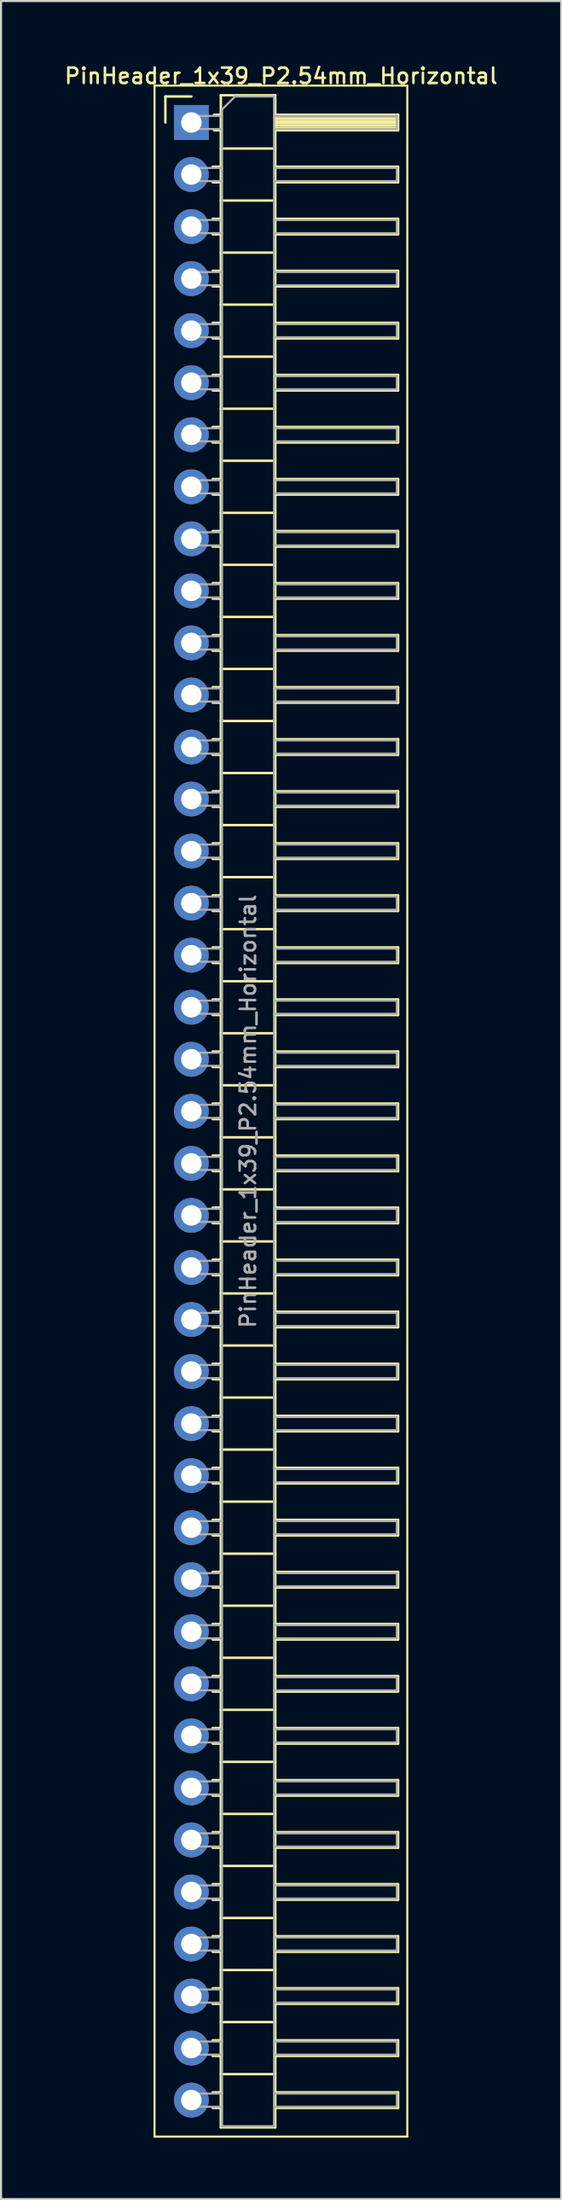
<source format=kicad_pcb>
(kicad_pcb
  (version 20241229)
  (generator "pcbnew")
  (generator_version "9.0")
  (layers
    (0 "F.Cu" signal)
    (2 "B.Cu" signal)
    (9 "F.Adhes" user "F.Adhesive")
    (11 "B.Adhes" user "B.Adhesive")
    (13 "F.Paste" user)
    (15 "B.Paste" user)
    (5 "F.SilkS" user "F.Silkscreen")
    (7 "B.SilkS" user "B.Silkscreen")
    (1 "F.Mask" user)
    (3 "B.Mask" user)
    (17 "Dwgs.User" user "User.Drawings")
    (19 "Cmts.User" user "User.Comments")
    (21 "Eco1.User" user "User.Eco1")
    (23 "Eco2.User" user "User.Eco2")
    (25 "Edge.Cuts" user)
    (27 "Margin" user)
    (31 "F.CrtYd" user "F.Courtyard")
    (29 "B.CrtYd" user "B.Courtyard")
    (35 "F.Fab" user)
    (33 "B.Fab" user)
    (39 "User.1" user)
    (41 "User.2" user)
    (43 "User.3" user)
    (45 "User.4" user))
  (footprint "PinHeader_1x39_P2.54mm_Horizontal"
    (layer "F.Cu")
    (at 6.299 2.928)
    (property "Reference" "PinHeader_1x39_P2.54mm_Horizontal" (at 4.385 -2.27 0) (layer "F.SilkS") (effects (font (size 0.75 0.75) (thickness 0.125))))
    (attr through_hole)
    (fp_line (start -1.8 -1.8) (end -1.8 98.3) (stroke (width 0.1) (type solid)) (layer "F.SilkS"))
    (fp_line (start -1.8 98.3) (end 10.55 98.3) (stroke (width 0.1) (type solid)) (layer "F.SilkS"))
    (fp_line (start -1.27 -1.27) (end 0 -1.27) (stroke (width 0.12) (type solid)) (layer "F.SilkS"))
    (fp_line (start -1.27 0) (end -1.27 -1.27) (stroke (width 0.12) (type solid)) (layer "F.SilkS"))
    (fp_line (start 1.043 2.16) (end 1.44 2.16) (stroke (width 0.12) (type solid)) (layer "F.SilkS"))
    (fp_line (start 1.043 2.92) (end 1.44 2.92) (stroke (width 0.12) (type solid)) (layer "F.SilkS"))
    (fp_line (start 1.043 4.7) (end 1.44 4.7) (stroke (width 0.12) (type solid)) (layer "F.SilkS"))
    (fp_line (start 1.043 5.46) (end 1.44 5.46) (stroke (width 0.12) (type solid)) (layer "F.SilkS"))
    (fp_line (start 1.043 7.24) (end 1.44 7.24) (stroke (width 0.12) (type solid)) (layer "F.SilkS"))
    (fp_line (start 1.043 8) (end 1.44 8) (stroke (width 0.12) (type solid)) (layer "F.SilkS"))
    (fp_line (start 1.043 9.78) (end 1.44 9.78) (stroke (width 0.12) (type solid)) (layer "F.SilkS"))
    (fp_line (start 1.043 10.54) (end 1.44 10.54) (stroke (width 0.12) (type solid)) (layer "F.SilkS"))
    (fp_line (start 1.043 12.32) (end 1.44 12.32) (stroke (width 0.12) (type solid)) (layer "F.SilkS"))
    (fp_line (start 1.043 13.08) (end 1.44 13.08) (stroke (width 0.12) (type solid)) (layer "F.SilkS"))
    (fp_line (start 1.043 14.86) (end 1.44 14.86) (stroke (width 0.12) (type solid)) (layer "F.SilkS"))
    (fp_line (start 1.043 15.62) (end 1.44 15.62) (stroke (width 0.12) (type solid)) (layer "F.SilkS"))
    (fp_line (start 1.043 17.4) (end 1.44 17.4) (stroke (width 0.12) (type solid)) (layer "F.SilkS"))
    (fp_line (start 1.043 18.16) (end 1.44 18.16) (stroke (width 0.12) (type solid)) (layer "F.SilkS"))
    (fp_line (start 1.043 19.94) (end 1.44 19.94) (stroke (width 0.12) (type solid)) (layer "F.SilkS"))
    (fp_line (start 1.043 20.7) (end 1.44 20.7) (stroke (width 0.12) (type solid)) (layer "F.SilkS"))
    (fp_line (start 1.043 22.48) (end 1.44 22.48) (stroke (width 0.12) (type solid)) (layer "F.SilkS"))
    (fp_line (start 1.043 23.24) (end 1.44 23.24) (stroke (width 0.12) (type solid)) (layer "F.SilkS"))
    (fp_line (start 1.043 25.02) (end 1.44 25.02) (stroke (width 0.12) (type solid)) (layer "F.SilkS"))
    (fp_line (start 1.043 25.78) (end 1.44 25.78) (stroke (width 0.12) (type solid)) (layer "F.SilkS"))
    (fp_line (start 1.043 27.56) (end 1.44 27.56) (stroke (width 0.12) (type solid)) (layer "F.SilkS"))
    (fp_line (start 1.043 28.32) (end 1.44 28.32) (stroke (width 0.12) (type solid)) (layer "F.SilkS"))
    (fp_line (start 1.043 30.1) (end 1.44 30.1) (stroke (width 0.12) (type solid)) (layer "F.SilkS"))
    (fp_line (start 1.043 30.86) (end 1.44 30.86) (stroke (width 0.12) (type solid)) (layer "F.SilkS"))
    (fp_line (start 1.043 32.64) (end 1.44 32.64) (stroke (width 0.12) (type solid)) (layer "F.SilkS"))
    (fp_line (start 1.043 33.4) (end 1.44 33.4) (stroke (width 0.12) (type solid)) (layer "F.SilkS"))
    (fp_line (start 1.043 35.18) (end 1.44 35.18) (stroke (width 0.12) (type solid)) (layer "F.SilkS"))
    (fp_line (start 1.043 35.94) (end 1.44 35.94) (stroke (width 0.12) (type solid)) (layer "F.SilkS"))
    (fp_line (start 1.043 37.72) (end 1.44 37.72) (stroke (width 0.12) (type solid)) (layer "F.SilkS"))
    (fp_line (start 1.043 38.48) (end 1.44 38.48) (stroke (width 0.12) (type solid)) (layer "F.SilkS"))
    (fp_line (start 1.043 40.26) (end 1.44 40.26) (stroke (width 0.12) (type solid)) (layer "F.SilkS"))
    (fp_line (start 1.043 41.02) (end 1.44 41.02) (stroke (width 0.12) (type solid)) (layer "F.SilkS"))
    (fp_line (start 1.043 42.8) (end 1.44 42.8) (stroke (width 0.12) (type solid)) (layer "F.SilkS"))
    (fp_line (start 1.043 43.56) (end 1.44 43.56) (stroke (width 0.12) (type solid)) (layer "F.SilkS"))
    (fp_line (start 1.043 45.34) (end 1.44 45.34) (stroke (width 0.12) (type solid)) (layer "F.SilkS"))
    (fp_line (start 1.043 46.1) (end 1.44 46.1) (stroke (width 0.12) (type solid)) (layer "F.SilkS"))
    (fp_line (start 1.043 47.88) (end 1.44 47.88) (stroke (width 0.12) (type solid)) (layer "F.SilkS"))
    (fp_line (start 1.043 48.64) (end 1.44 48.64) (stroke (width 0.12) (type solid)) (layer "F.SilkS"))
    (fp_line (start 1.043 50.42) (end 1.44 50.42) (stroke (width 0.12) (type solid)) (layer "F.SilkS"))
    (fp_line (start 1.043 51.18) (end 1.44 51.18) (stroke (width 0.12) (type solid)) (layer "F.SilkS"))
    (fp_line (start 1.043 52.96) (end 1.44 52.96) (stroke (width 0.12) (type solid)) (layer "F.SilkS"))
    (fp_line (start 1.043 53.72) (end 1.44 53.72) (stroke (width 0.12) (type solid)) (layer "F.SilkS"))
    (fp_line (start 1.043 55.5) (end 1.44 55.5) (stroke (width 0.12) (type solid)) (layer "F.SilkS"))
    (fp_line (start 1.043 56.26) (end 1.44 56.26) (stroke (width 0.12) (type solid)) (layer "F.SilkS"))
    (fp_line (start 1.043 58.04) (end 1.44 58.04) (stroke (width 0.12) (type solid)) (layer "F.SilkS"))
    (fp_line (start 1.043 58.8) (end 1.44 58.8) (stroke (width 0.12) (type solid)) (layer "F.SilkS"))
    (fp_line (start 1.043 60.58) (end 1.44 60.58) (stroke (width 0.12) (type solid)) (layer "F.SilkS"))
    (fp_line (start 1.043 61.34) (end 1.44 61.34) (stroke (width 0.12) (type solid)) (layer "F.SilkS"))
    (fp_line (start 1.043 63.12) (end 1.44 63.12) (stroke (width 0.12) (type solid)) (layer "F.SilkS"))
    (fp_line (start 1.043 63.88) (end 1.44 63.88) (stroke (width 0.12) (type solid)) (layer "F.SilkS"))
    (fp_line (start 1.043 65.66) (end 1.44 65.66) (stroke (width 0.12) (type solid)) (layer "F.SilkS"))
    (fp_line (start 1.043 66.42) (end 1.44 66.42) (stroke (width 0.12) (type solid)) (layer "F.SilkS"))
    (fp_line (start 1.043 68.2) (end 1.44 68.2) (stroke (width 0.12) (type solid)) (layer "F.SilkS"))
    (fp_line (start 1.043 68.96) (end 1.44 68.96) (stroke (width 0.12) (type solid)) (layer "F.SilkS"))
    (fp_line (start 1.043 70.74) (end 1.44 70.74) (stroke (width 0.12) (type solid)) (layer "F.SilkS"))
    (fp_line (start 1.043 71.5) (end 1.44 71.5) (stroke (width 0.12) (type solid)) (layer "F.SilkS"))
    (fp_line (start 1.043 73.28) (end 1.44 73.28) (stroke (width 0.12) (type solid)) (layer "F.SilkS"))
    (fp_line (start 1.043 74.04) (end 1.44 74.04) (stroke (width 0.12) (type solid)) (layer "F.SilkS"))
    (fp_line (start 1.043 75.82) (end 1.44 75.82) (stroke (width 0.12) (type solid)) (layer "F.SilkS"))
    (fp_line (start 1.043 76.58) (end 1.44 76.58) (stroke (width 0.12) (type solid)) (layer "F.SilkS"))
    (fp_line (start 1.043 78.36) (end 1.44 78.36) (stroke (width 0.12) (type solid)) (layer "F.SilkS"))
    (fp_line (start 1.043 79.12) (end 1.44 79.12) (stroke (width 0.12) (type solid)) (layer "F.SilkS"))
    (fp_line (start 1.043 80.9) (end 1.44 80.9) (stroke (width 0.12) (type solid)) (layer "F.SilkS"))
    (fp_line (start 1.043 81.66) (end 1.44 81.66) (stroke (width 0.12) (type solid)) (layer "F.SilkS"))
    (fp_line (start 1.043 83.44) (end 1.44 83.44) (stroke (width 0.12) (type solid)) (layer "F.SilkS"))
    (fp_line (start 1.043 84.2) (end 1.44 84.2) (stroke (width 0.12) (type solid)) (layer "F.SilkS"))
    (fp_line (start 1.043 85.98) (end 1.44 85.98) (stroke (width 0.12) (type solid)) (layer "F.SilkS"))
    (fp_line (start 1.043 86.74) (end 1.44 86.74) (stroke (width 0.12) (type solid)) (layer "F.SilkS"))
    (fp_line (start 1.043 88.52) (end 1.44 88.52) (stroke (width 0.12) (type solid)) (layer "F.SilkS"))
    (fp_line (start 1.043 89.28) (end 1.44 89.28) (stroke (width 0.12) (type solid)) (layer "F.SilkS"))
    (fp_line (start 1.043 91.06) (end 1.44 91.06) (stroke (width 0.12) (type solid)) (layer "F.SilkS"))
    (fp_line (start 1.043 91.82) (end 1.44 91.82) (stroke (width 0.12) (type solid)) (layer "F.SilkS"))
    (fp_line (start 1.043 93.6) (end 1.44 93.6) (stroke (width 0.12) (type solid)) (layer "F.SilkS"))
    (fp_line (start 1.043 94.36) (end 1.44 94.36) (stroke (width 0.12) (type solid)) (layer "F.SilkS"))
    (fp_line (start 1.043 96.14) (end 1.44 96.14) (stroke (width 0.12) (type solid)) (layer "F.SilkS"))
    (fp_line (start 1.043 96.9) (end 1.44 96.9) (stroke (width 0.12) (type solid)) (layer "F.SilkS"))
    (fp_line (start 1.11 -0.38) (end 1.44 -0.38) (stroke (width 0.12) (type solid)) (layer "F.SilkS"))
    (fp_line (start 1.11 0.38) (end 1.44 0.38) (stroke (width 0.12) (type solid)) (layer "F.SilkS"))
    (fp_line (start 1.44 -1.33) (end 1.44 97.85) (stroke (width 0.12) (type solid)) (layer "F.SilkS"))
    (fp_line (start 1.44 1.27) (end 4.1 1.27) (stroke (width 0.12) (type solid)) (layer "F.SilkS"))
    (fp_line (start 1.44 3.81) (end 4.1 3.81) (stroke (width 0.12) (type solid)) (layer "F.SilkS"))
    (fp_line (start 1.44 6.35) (end 4.1 6.35) (stroke (width 0.12) (type solid)) (layer "F.SilkS"))
    (fp_line (start 1.44 8.89) (end 4.1 8.89) (stroke (width 0.12) (type solid)) (layer "F.SilkS"))
    (fp_line (start 1.44 11.43) (end 4.1 11.43) (stroke (width 0.12) (type solid)) (layer "F.SilkS"))
    (fp_line (start 1.44 13.97) (end 4.1 13.97) (stroke (width 0.12) (type solid)) (layer "F.SilkS"))
    (fp_line (start 1.44 16.51) (end 4.1 16.51) (stroke (width 0.12) (type solid)) (layer "F.SilkS"))
    (fp_line (start 1.44 19.05) (end 4.1 19.05) (stroke (width 0.12) (type solid)) (layer "F.SilkS"))
    (fp_line (start 1.44 21.59) (end 4.1 21.59) (stroke (width 0.12) (type solid)) (layer "F.SilkS"))
    (fp_line (start 1.44 24.13) (end 4.1 24.13) (stroke (width 0.12) (type solid)) (layer "F.SilkS"))
    (fp_line (start 1.44 26.67) (end 4.1 26.67) (stroke (width 0.12) (type solid)) (layer "F.SilkS"))
    (fp_line (start 1.44 29.21) (end 4.1 29.21) (stroke (width 0.12) (type solid)) (layer "F.SilkS"))
    (fp_line (start 1.44 31.75) (end 4.1 31.75) (stroke (width 0.12) (type solid)) (layer "F.SilkS"))
    (fp_line (start 1.44 34.29) (end 4.1 34.29) (stroke (width 0.12) (type solid)) (layer "F.SilkS"))
    (fp_line (start 1.44 36.83) (end 4.1 36.83) (stroke (width 0.12) (type solid)) (layer "F.SilkS"))
    (fp_line (start 1.44 39.37) (end 4.1 39.37) (stroke (width 0.12) (type solid)) (layer "F.SilkS"))
    (fp_line (start 1.44 41.91) (end 4.1 41.91) (stroke (width 0.12) (type solid)) (layer "F.SilkS"))
    (fp_line (start 1.44 44.45) (end 4.1 44.45) (stroke (width 0.12) (type solid)) (layer "F.SilkS"))
    (fp_line (start 1.44 46.99) (end 4.1 46.99) (stroke (width 0.12) (type solid)) (layer "F.SilkS"))
    (fp_line (start 1.44 49.53) (end 4.1 49.53) (stroke (width 0.12) (type solid)) (layer "F.SilkS"))
    (fp_line (start 1.44 52.07) (end 4.1 52.07) (stroke (width 0.12) (type solid)) (layer "F.SilkS"))
    (fp_line (start 1.44 54.61) (end 4.1 54.61) (stroke (width 0.12) (type solid)) (layer "F.SilkS"))
    (fp_line (start 1.44 57.15) (end 4.1 57.15) (stroke (width 0.12) (type solid)) (layer "F.SilkS"))
    (fp_line (start 1.44 59.69) (end 4.1 59.69) (stroke (width 0.12) (type solid)) (layer "F.SilkS"))
    (fp_line (start 1.44 62.23) (end 4.1 62.23) (stroke (width 0.12) (type solid)) (layer "F.SilkS"))
    (fp_line (start 1.44 64.77) (end 4.1 64.77) (stroke (width 0.12) (type solid)) (layer "F.SilkS"))
    (fp_line (start 1.44 67.31) (end 4.1 67.31) (stroke (width 0.12) (type solid)) (layer "F.SilkS"))
    (fp_line (start 1.44 69.85) (end 4.1 69.85) (stroke (width 0.12) (type solid)) (layer "F.SilkS"))
    (fp_line (start 1.44 72.39) (end 4.1 72.39) (stroke (width 0.12) (type solid)) (layer "F.SilkS"))
    (fp_line (start 1.44 74.93) (end 4.1 74.93) (stroke (width 0.12) (type solid)) (layer "F.SilkS"))
    (fp_line (start 1.44 77.47) (end 4.1 77.47) (stroke (width 0.12) (type solid)) (layer "F.SilkS"))
    (fp_line (start 1.44 80.01) (end 4.1 80.01) (stroke (width 0.12) (type solid)) (layer "F.SilkS"))
    (fp_line (start 1.44 82.55) (end 4.1 82.55) (stroke (width 0.12) (type solid)) (layer "F.SilkS"))
    (fp_line (start 1.44 85.09) (end 4.1 85.09) (stroke (width 0.12) (type solid)) (layer "F.SilkS"))
    (fp_line (start 1.44 87.63) (end 4.1 87.63) (stroke (width 0.12) (type solid)) (layer "F.SilkS"))
    (fp_line (start 1.44 90.17) (end 4.1 90.17) (stroke (width 0.12) (type solid)) (layer "F.SilkS"))
    (fp_line (start 1.44 92.71) (end 4.1 92.71) (stroke (width 0.12) (type solid)) (layer "F.SilkS"))
    (fp_line (start 1.44 95.25) (end 4.1 95.25) (stroke (width 0.12) (type solid)) (layer "F.SilkS"))
    (fp_line (start 1.44 97.85) (end 4.1 97.85) (stroke (width 0.12) (type solid)) (layer "F.SilkS"))
    (fp_line (start 4.1 -1.33) (end 1.44 -1.33) (stroke (width 0.12) (type solid)) (layer "F.SilkS"))
    (fp_line (start 4.1 -0.38) (end 10.1 -0.38) (stroke (width 0.12) (type solid)) (layer "F.SilkS"))
    (fp_line (start 4.1 -0.32) (end 10.1 -0.32) (stroke (width 0.12) (type solid)) (layer "F.SilkS"))
    (fp_line (start 4.1 -0.2) (end 10.1 -0.2) (stroke (width 0.12) (type solid)) (layer "F.SilkS"))
    (fp_line (start 4.1 -0.08) (end 10.1 -0.08) (stroke (width 0.12) (type solid)) (layer "F.SilkS"))
    (fp_line (start 4.1 0.04) (end 10.1 0.04) (stroke (width 0.12) (type solid)) (layer "F.SilkS"))
    (fp_line (start 4.1 0.16) (end 10.1 0.16) (stroke (width 0.12) (type solid)) (layer "F.SilkS"))
    (fp_line (start 4.1 0.28) (end 10.1 0.28) (stroke (width 0.12) (type solid)) (layer "F.SilkS"))
    (fp_line (start 4.1 2.16) (end 10.1 2.16) (stroke (width 0.12) (type solid)) (layer "F.SilkS"))
    (fp_line (start 4.1 4.7) (end 10.1 4.7) (stroke (width 0.12) (type solid)) (layer "F.SilkS"))
    (fp_line (start 4.1 7.24) (end 10.1 7.24) (stroke (width 0.12) (type solid)) (layer "F.SilkS"))
    (fp_line (start 4.1 9.78) (end 10.1 9.78) (stroke (width 0.12) (type solid)) (layer "F.SilkS"))
    (fp_line (start 4.1 12.32) (end 10.1 12.32) (stroke (width 0.12) (type solid)) (layer "F.SilkS"))
    (fp_line (start 4.1 14.86) (end 10.1 14.86) (stroke (width 0.12) (type solid)) (layer "F.SilkS"))
    (fp_line (start 4.1 17.4) (end 10.1 17.4) (stroke (width 0.12) (type solid)) (layer "F.SilkS"))
    (fp_line (start 4.1 19.94) (end 10.1 19.94) (stroke (width 0.12) (type solid)) (layer "F.SilkS"))
    (fp_line (start 4.1 22.48) (end 10.1 22.48) (stroke (width 0.12) (type solid)) (layer "F.SilkS"))
    (fp_line (start 4.1 25.02) (end 10.1 25.02) (stroke (width 0.12) (type solid)) (layer "F.SilkS"))
    (fp_line (start 4.1 27.56) (end 10.1 27.56) (stroke (width 0.12) (type solid)) (layer "F.SilkS"))
    (fp_line (start 4.1 30.1) (end 10.1 30.1) (stroke (width 0.12) (type solid)) (layer "F.SilkS"))
    (fp_line (start 4.1 32.64) (end 10.1 32.64) (stroke (width 0.12) (type solid)) (layer "F.SilkS"))
    (fp_line (start 4.1 35.18) (end 10.1 35.18) (stroke (width 0.12) (type solid)) (layer "F.SilkS"))
    (fp_line (start 4.1 37.72) (end 10.1 37.72) (stroke (width 0.12) (type solid)) (layer "F.SilkS"))
    (fp_line (start 4.1 40.26) (end 10.1 40.26) (stroke (width 0.12) (type solid)) (layer "F.SilkS"))
    (fp_line (start 4.1 42.8) (end 10.1 42.8) (stroke (width 0.12) (type solid)) (layer "F.SilkS"))
    (fp_line (start 4.1 45.34) (end 10.1 45.34) (stroke (width 0.12) (type solid)) (layer "F.SilkS"))
    (fp_line (start 4.1 47.88) (end 10.1 47.88) (stroke (width 0.12) (type solid)) (layer "F.SilkS"))
    (fp_line (start 4.1 50.42) (end 10.1 50.42) (stroke (width 0.12) (type solid)) (layer "F.SilkS"))
    (fp_line (start 4.1 52.96) (end 10.1 52.96) (stroke (width 0.12) (type solid)) (layer "F.SilkS"))
    (fp_line (start 4.1 55.5) (end 10.1 55.5) (stroke (width 0.12) (type solid)) (layer "F.SilkS"))
    (fp_line (start 4.1 58.04) (end 10.1 58.04) (stroke (width 0.12) (type solid)) (layer "F.SilkS"))
    (fp_line (start 4.1 60.58) (end 10.1 60.58) (stroke (width 0.12) (type solid)) (layer "F.SilkS"))
    (fp_line (start 4.1 63.12) (end 10.1 63.12) (stroke (width 0.12) (type solid)) (layer "F.SilkS"))
    (fp_line (start 4.1 65.66) (end 10.1 65.66) (stroke (width 0.12) (type solid)) (layer "F.SilkS"))
    (fp_line (start 4.1 68.2) (end 10.1 68.2) (stroke (width 0.12) (type solid)) (layer "F.SilkS"))
    (fp_line (start 4.1 70.74) (end 10.1 70.74) (stroke (width 0.12) (type solid)) (layer "F.SilkS"))
    (fp_line (start 4.1 73.28) (end 10.1 73.28) (stroke (width 0.12) (type solid)) (layer "F.SilkS"))
    (fp_line (start 4.1 75.82) (end 10.1 75.82) (stroke (width 0.12) (type solid)) (layer "F.SilkS"))
    (fp_line (start 4.1 78.36) (end 10.1 78.36) (stroke (width 0.12) (type solid)) (layer "F.SilkS"))
    (fp_line (start 4.1 80.9) (end 10.1 80.9) (stroke (width 0.12) (type solid)) (layer "F.SilkS"))
    (fp_line (start 4.1 83.44) (end 10.1 83.44) (stroke (width 0.12) (type solid)) (layer "F.SilkS"))
    (fp_line (start 4.1 85.98) (end 10.1 85.98) (stroke (width 0.12) (type solid)) (layer "F.SilkS"))
    (fp_line (start 4.1 88.52) (end 10.1 88.52) (stroke (width 0.12) (type solid)) (layer "F.SilkS"))
    (fp_line (start 4.1 91.06) (end 10.1 91.06) (stroke (width 0.12) (type solid)) (layer "F.SilkS"))
    (fp_line (start 4.1 93.6) (end 10.1 93.6) (stroke (width 0.12) (type solid)) (layer "F.SilkS"))
    (fp_line (start 4.1 96.14) (end 10.1 96.14) (stroke (width 0.12) (type solid)) (layer "F.SilkS"))
    (fp_line (start 4.1 97.85) (end 4.1 -1.33) (stroke (width 0.12) (type solid)) (layer "F.SilkS"))
    (fp_line (start 10.1 -0.38) (end 10.1 0.38) (stroke (width 0.12) (type solid)) (layer "F.SilkS"))
    (fp_line (start 10.1 0.38) (end 4.1 0.38) (stroke (width 0.12) (type solid)) (layer "F.SilkS"))
    (fp_line (start 10.1 2.16) (end 10.1 2.92) (stroke (width 0.12) (type solid)) (layer "F.SilkS"))
    (fp_line (start 10.1 2.92) (end 4.1 2.92) (stroke (width 0.12) (type solid)) (layer "F.SilkS"))
    (fp_line (start 10.1 4.7) (end 10.1 5.46) (stroke (width 0.12) (type solid)) (layer "F.SilkS"))
    (fp_line (start 10.1 5.46) (end 4.1 5.46) (stroke (width 0.12) (type solid)) (layer "F.SilkS"))
    (fp_line (start 10.1 7.24) (end 10.1 8) (stroke (width 0.12) (type solid)) (layer "F.SilkS"))
    (fp_line (start 10.1 8) (end 4.1 8) (stroke (width 0.12) (type solid)) (layer "F.SilkS"))
    (fp_line (start 10.1 9.78) (end 10.1 10.54) (stroke (width 0.12) (type solid)) (layer "F.SilkS"))
    (fp_line (start 10.1 10.54) (end 4.1 10.54) (stroke (width 0.12) (type solid)) (layer "F.SilkS"))
    (fp_line (start 10.1 12.32) (end 10.1 13.08) (stroke (width 0.12) (type solid)) (layer "F.SilkS"))
    (fp_line (start 10.1 13.08) (end 4.1 13.08) (stroke (width 0.12) (type solid)) (layer "F.SilkS"))
    (fp_line (start 10.1 14.86) (end 10.1 15.62) (stroke (width 0.12) (type solid)) (layer "F.SilkS"))
    (fp_line (start 10.1 15.62) (end 4.1 15.62) (stroke (width 0.12) (type solid)) (layer "F.SilkS"))
    (fp_line (start 10.1 17.4) (end 10.1 18.16) (stroke (width 0.12) (type solid)) (layer "F.SilkS"))
    (fp_line (start 10.1 18.16) (end 4.1 18.16) (stroke (width 0.12) (type solid)) (layer "F.SilkS"))
    (fp_line (start 10.1 19.94) (end 10.1 20.7) (stroke (width 0.12) (type solid)) (layer "F.SilkS"))
    (fp_line (start 10.1 20.7) (end 4.1 20.7) (stroke (width 0.12) (type solid)) (layer "F.SilkS"))
    (fp_line (start 10.1 22.48) (end 10.1 23.24) (stroke (width 0.12) (type solid)) (layer "F.SilkS"))
    (fp_line (start 10.1 23.24) (end 4.1 23.24) (stroke (width 0.12) (type solid)) (layer "F.SilkS"))
    (fp_line (start 10.1 25.02) (end 10.1 25.78) (stroke (width 0.12) (type solid)) (layer "F.SilkS"))
    (fp_line (start 10.1 25.78) (end 4.1 25.78) (stroke (width 0.12) (type solid)) (layer "F.SilkS"))
    (fp_line (start 10.1 27.56) (end 10.1 28.32) (stroke (width 0.12) (type solid)) (layer "F.SilkS"))
    (fp_line (start 10.1 28.32) (end 4.1 28.32) (stroke (width 0.12) (type solid)) (layer "F.SilkS"))
    (fp_line (start 10.1 30.1) (end 10.1 30.86) (stroke (width 0.12) (type solid)) (layer "F.SilkS"))
    (fp_line (start 10.1 30.86) (end 4.1 30.86) (stroke (width 0.12) (type solid)) (layer "F.SilkS"))
    (fp_line (start 10.1 32.64) (end 10.1 33.4) (stroke (width 0.12) (type solid)) (layer "F.SilkS"))
    (fp_line (start 10.1 33.4) (end 4.1 33.4) (stroke (width 0.12) (type solid)) (layer "F.SilkS"))
    (fp_line (start 10.1 35.18) (end 10.1 35.94) (stroke (width 0.12) (type solid)) (layer "F.SilkS"))
    (fp_line (start 10.1 35.94) (end 4.1 35.94) (stroke (width 0.12) (type solid)) (layer "F.SilkS"))
    (fp_line (start 10.1 37.72) (end 10.1 38.48) (stroke (width 0.12) (type solid)) (layer "F.SilkS"))
    (fp_line (start 10.1 38.48) (end 4.1 38.48) (stroke (width 0.12) (type solid)) (layer "F.SilkS"))
    (fp_line (start 10.1 40.26) (end 10.1 41.02) (stroke (width 0.12) (type solid)) (layer "F.SilkS"))
    (fp_line (start 10.1 41.02) (end 4.1 41.02) (stroke (width 0.12) (type solid)) (layer "F.SilkS"))
    (fp_line (start 10.1 42.8) (end 10.1 43.56) (stroke (width 0.12) (type solid)) (layer "F.SilkS"))
    (fp_line (start 10.1 43.56) (end 4.1 43.56) (stroke (width 0.12) (type solid)) (layer "F.SilkS"))
    (fp_line (start 10.1 45.34) (end 10.1 46.1) (stroke (width 0.12) (type solid)) (layer "F.SilkS"))
    (fp_line (start 10.1 46.1) (end 4.1 46.1) (stroke (width 0.12) (type solid)) (layer "F.SilkS"))
    (fp_line (start 10.1 47.88) (end 10.1 48.64) (stroke (width 0.12) (type solid)) (layer "F.SilkS"))
    (fp_line (start 10.1 48.64) (end 4.1 48.64) (stroke (width 0.12) (type solid)) (layer "F.SilkS"))
    (fp_line (start 10.1 50.42) (end 10.1 51.18) (stroke (width 0.12) (type solid)) (layer "F.SilkS"))
    (fp_line (start 10.1 51.18) (end 4.1 51.18) (stroke (width 0.12) (type solid)) (layer "F.SilkS"))
    (fp_line (start 10.1 52.96) (end 10.1 53.72) (stroke (width 0.12) (type solid)) (layer "F.SilkS"))
    (fp_line (start 10.1 53.72) (end 4.1 53.72) (stroke (width 0.12) (type solid)) (layer "F.SilkS"))
    (fp_line (start 10.1 55.5) (end 10.1 56.26) (stroke (width 0.12) (type solid)) (layer "F.SilkS"))
    (fp_line (start 10.1 56.26) (end 4.1 56.26) (stroke (width 0.12) (type solid)) (layer "F.SilkS"))
    (fp_line (start 10.1 58.04) (end 10.1 58.8) (stroke (width 0.12) (type solid)) (layer "F.SilkS"))
    (fp_line (start 10.1 58.8) (end 4.1 58.8) (stroke (width 0.12) (type solid)) (layer "F.SilkS"))
    (fp_line (start 10.1 60.58) (end 10.1 61.34) (stroke (width 0.12) (type solid)) (layer "F.SilkS"))
    (fp_line (start 10.1 61.34) (end 4.1 61.34) (stroke (width 0.12) (type solid)) (layer "F.SilkS"))
    (fp_line (start 10.1 63.12) (end 10.1 63.88) (stroke (width 0.12) (type solid)) (layer "F.SilkS"))
    (fp_line (start 10.1 63.88) (end 4.1 63.88) (stroke (width 0.12) (type solid)) (layer "F.SilkS"))
    (fp_line (start 10.1 65.66) (end 10.1 66.42) (stroke (width 0.12) (type solid)) (layer "F.SilkS"))
    (fp_line (start 10.1 66.42) (end 4.1 66.42) (stroke (width 0.12) (type solid)) (layer "F.SilkS"))
    (fp_line (start 10.1 68.2) (end 10.1 68.96) (stroke (width 0.12) (type solid)) (layer "F.SilkS"))
    (fp_line (start 10.1 68.96) (end 4.1 68.96) (stroke (width 0.12) (type solid)) (layer "F.SilkS"))
    (fp_line (start 10.1 70.74) (end 10.1 71.5) (stroke (width 0.12) (type solid)) (layer "F.SilkS"))
    (fp_line (start 10.1 71.5) (end 4.1 71.5) (stroke (width 0.12) (type solid)) (layer "F.SilkS"))
    (fp_line (start 10.1 73.28) (end 10.1 74.04) (stroke (width 0.12) (type solid)) (layer "F.SilkS"))
    (fp_line (start 10.1 74.04) (end 4.1 74.04) (stroke (width 0.12) (type solid)) (layer "F.SilkS"))
    (fp_line (start 10.1 75.82) (end 10.1 76.58) (stroke (width 0.12) (type solid)) (layer "F.SilkS"))
    (fp_line (start 10.1 76.58) (end 4.1 76.58) (stroke (width 0.12) (type solid)) (layer "F.SilkS"))
    (fp_line (start 10.1 78.36) (end 10.1 79.12) (stroke (width 0.12) (type solid)) (layer "F.SilkS"))
    (fp_line (start 10.1 79.12) (end 4.1 79.12) (stroke (width 0.12) (type solid)) (layer "F.SilkS"))
    (fp_line (start 10.1 80.9) (end 10.1 81.66) (stroke (width 0.12) (type solid)) (layer "F.SilkS"))
    (fp_line (start 10.1 81.66) (end 4.1 81.66) (stroke (width 0.12) (type solid)) (layer "F.SilkS"))
    (fp_line (start 10.1 83.44) (end 10.1 84.2) (stroke (width 0.12) (type solid)) (layer "F.SilkS"))
    (fp_line (start 10.1 84.2) (end 4.1 84.2) (stroke (width 0.12) (type solid)) (layer "F.SilkS"))
    (fp_line (start 10.1 85.98) (end 10.1 86.74) (stroke (width 0.12) (type solid)) (layer "F.SilkS"))
    (fp_line (start 10.1 86.74) (end 4.1 86.74) (stroke (width 0.12) (type solid)) (layer "F.SilkS"))
    (fp_line (start 10.1 88.52) (end 10.1 89.28) (stroke (width 0.12) (type solid)) (layer "F.SilkS"))
    (fp_line (start 10.1 89.28) (end 4.1 89.28) (stroke (width 0.12) (type solid)) (layer "F.SilkS"))
    (fp_line (start 10.1 91.06) (end 10.1 91.82) (stroke (width 0.12) (type solid)) (layer "F.SilkS"))
    (fp_line (start 10.1 91.82) (end 4.1 91.82) (stroke (width 0.12) (type solid)) (layer "F.SilkS"))
    (fp_line (start 10.1 93.6) (end 10.1 94.36) (stroke (width 0.12) (type solid)) (layer "F.SilkS"))
    (fp_line (start 10.1 94.36) (end 4.1 94.36) (stroke (width 0.12) (type solid)) (layer "F.SilkS"))
    (fp_line (start 10.1 96.14) (end 10.1 96.9) (stroke (width 0.12) (type solid)) (layer "F.SilkS"))
    (fp_line (start 10.1 96.9) (end 4.1 96.9) (stroke (width 0.12) (type solid)) (layer "F.SilkS"))
    (fp_line (start 10.55 -1.8) (end -1.8 -1.8) (stroke (width 0.1) (type solid)) (layer "F.SilkS"))
    (fp_line (start 10.55 98.3) (end 10.55 -1.8) (stroke (width 0.1) (type solid)) (layer "F.SilkS"))
    (fp_line (start -0.32 -0.32) (end -0.32 0.32) (stroke (width 0.1) (type solid)) (layer "F.Fab"))
    (fp_line (start -0.32 -0.32) (end 1.5 -0.32) (stroke (width 0.1) (type solid)) (layer "F.Fab"))
    (fp_line (start -0.32 0.32) (end 1.5 0.32) (stroke (width 0.1) (type solid)) (layer "F.Fab"))
    (fp_line (start -0.32 2.22) (end -0.32 2.86) (stroke (width 0.1) (type solid)) (layer "F.Fab"))
    (fp_line (start -0.32 2.22) (end 1.5 2.22) (stroke (width 0.1) (type solid)) (layer "F.Fab"))
    (fp_line (start -0.32 2.86) (end 1.5 2.86) (stroke (width 0.1) (type solid)) (layer "F.Fab"))
    (fp_line (start -0.32 4.76) (end -0.32 5.4) (stroke (width 0.1) (type solid)) (layer "F.Fab"))
    (fp_line (start -0.32 4.76) (end 1.5 4.76) (stroke (width 0.1) (type solid)) (layer "F.Fab"))
    (fp_line (start -0.32 5.4) (end 1.5 5.4) (stroke (width 0.1) (type solid)) (layer "F.Fab"))
    (fp_line (start -0.32 7.3) (end -0.32 7.94) (stroke (width 0.1) (type solid)) (layer "F.Fab"))
    (fp_line (start -0.32 7.3) (end 1.5 7.3) (stroke (width 0.1) (type solid)) (layer "F.Fab"))
    (fp_line (start -0.32 7.94) (end 1.5 7.94) (stroke (width 0.1) (type solid)) (layer "F.Fab"))
    (fp_line (start -0.32 9.84) (end -0.32 10.48) (stroke (width 0.1) (type solid)) (layer "F.Fab"))
    (fp_line (start -0.32 9.84) (end 1.5 9.84) (stroke (width 0.1) (type solid)) (layer "F.Fab"))
    (fp_line (start -0.32 10.48) (end 1.5 10.48) (stroke (width 0.1) (type solid)) (layer "F.Fab"))
    (fp_line (start -0.32 12.38) (end -0.32 13.02) (stroke (width 0.1) (type solid)) (layer "F.Fab"))
    (fp_line (start -0.32 12.38) (end 1.5 12.38) (stroke (width 0.1) (type solid)) (layer "F.Fab"))
    (fp_line (start -0.32 13.02) (end 1.5 13.02) (stroke (width 0.1) (type solid)) (layer "F.Fab"))
    (fp_line (start -0.32 14.92) (end -0.32 15.56) (stroke (width 0.1) (type solid)) (layer "F.Fab"))
    (fp_line (start -0.32 14.92) (end 1.5 14.92) (stroke (width 0.1) (type solid)) (layer "F.Fab"))
    (fp_line (start -0.32 15.56) (end 1.5 15.56) (stroke (width 0.1) (type solid)) (layer "F.Fab"))
    (fp_line (start -0.32 17.46) (end -0.32 18.1) (stroke (width 0.1) (type solid)) (layer "F.Fab"))
    (fp_line (start -0.32 17.46) (end 1.5 17.46) (stroke (width 0.1) (type solid)) (layer "F.Fab"))
    (fp_line (start -0.32 18.1) (end 1.5 18.1) (stroke (width 0.1) (type solid)) (layer "F.Fab"))
    (fp_line (start -0.32 20) (end -0.32 20.64) (stroke (width 0.1) (type solid)) (layer "F.Fab"))
    (fp_line (start -0.32 20) (end 1.5 20) (stroke (width 0.1) (type solid)) (layer "F.Fab"))
    (fp_line (start -0.32 20.64) (end 1.5 20.64) (stroke (width 0.1) (type solid)) (layer "F.Fab"))
    (fp_line (start -0.32 22.54) (end -0.32 23.18) (stroke (width 0.1) (type solid)) (layer "F.Fab"))
    (fp_line (start -0.32 22.54) (end 1.5 22.54) (stroke (width 0.1) (type solid)) (layer "F.Fab"))
    (fp_line (start -0.32 23.18) (end 1.5 23.18) (stroke (width 0.1) (type solid)) (layer "F.Fab"))
    (fp_line (start -0.32 25.08) (end -0.32 25.72) (stroke (width 0.1) (type solid)) (layer "F.Fab"))
    (fp_line (start -0.32 25.08) (end 1.5 25.08) (stroke (width 0.1) (type solid)) (layer "F.Fab"))
    (fp_line (start -0.32 25.72) (end 1.5 25.72) (stroke (width 0.1) (type solid)) (layer "F.Fab"))
    (fp_line (start -0.32 27.62) (end -0.32 28.26) (stroke (width 0.1) (type solid)) (layer "F.Fab"))
    (fp_line (start -0.32 27.62) (end 1.5 27.62) (stroke (width 0.1) (type solid)) (layer "F.Fab"))
    (fp_line (start -0.32 28.26) (end 1.5 28.26) (stroke (width 0.1) (type solid)) (layer "F.Fab"))
    (fp_line (start -0.32 30.16) (end -0.32 30.8) (stroke (width 0.1) (type solid)) (layer "F.Fab"))
    (fp_line (start -0.32 30.16) (end 1.5 30.16) (stroke (width 0.1) (type solid)) (layer "F.Fab"))
    (fp_line (start -0.32 30.8) (end 1.5 30.8) (stroke (width 0.1) (type solid)) (layer "F.Fab"))
    (fp_line (start -0.32 32.7) (end -0.32 33.34) (stroke (width 0.1) (type solid)) (layer "F.Fab"))
    (fp_line (start -0.32 32.7) (end 1.5 32.7) (stroke (width 0.1) (type solid)) (layer "F.Fab"))
    (fp_line (start -0.32 33.34) (end 1.5 33.34) (stroke (width 0.1) (type solid)) (layer "F.Fab"))
    (fp_line (start -0.32 35.24) (end -0.32 35.88) (stroke (width 0.1) (type solid)) (layer "F.Fab"))
    (fp_line (start -0.32 35.24) (end 1.5 35.24) (stroke (width 0.1) (type solid)) (layer "F.Fab"))
    (fp_line (start -0.32 35.88) (end 1.5 35.88) (stroke (width 0.1) (type solid)) (layer "F.Fab"))
    (fp_line (start -0.32 37.78) (end -0.32 38.42) (stroke (width 0.1) (type solid)) (layer "F.Fab"))
    (fp_line (start -0.32 37.78) (end 1.5 37.78) (stroke (width 0.1) (type solid)) (layer "F.Fab"))
    (fp_line (start -0.32 38.42) (end 1.5 38.42) (stroke (width 0.1) (type solid)) (layer "F.Fab"))
    (fp_line (start -0.32 40.32) (end -0.32 40.96) (stroke (width 0.1) (type solid)) (layer "F.Fab"))
    (fp_line (start -0.32 40.32) (end 1.5 40.32) (stroke (width 0.1) (type solid)) (layer "F.Fab"))
    (fp_line (start -0.32 40.96) (end 1.5 40.96) (stroke (width 0.1) (type solid)) (layer "F.Fab"))
    (fp_line (start -0.32 42.86) (end -0.32 43.5) (stroke (width 0.1) (type solid)) (layer "F.Fab"))
    (fp_line (start -0.32 42.86) (end 1.5 42.86) (stroke (width 0.1) (type solid)) (layer "F.Fab"))
    (fp_line (start -0.32 43.5) (end 1.5 43.5) (stroke (width 0.1) (type solid)) (layer "F.Fab"))
    (fp_line (start -0.32 45.4) (end -0.32 46.04) (stroke (width 0.1) (type solid)) (layer "F.Fab"))
    (fp_line (start -0.32 45.4) (end 1.5 45.4) (stroke (width 0.1) (type solid)) (layer "F.Fab"))
    (fp_line (start -0.32 46.04) (end 1.5 46.04) (stroke (width 0.1) (type solid)) (layer "F.Fab"))
    (fp_line (start -0.32 47.94) (end -0.32 48.58) (stroke (width 0.1) (type solid)) (layer "F.Fab"))
    (fp_line (start -0.32 47.94) (end 1.5 47.94) (stroke (width 0.1) (type solid)) (layer "F.Fab"))
    (fp_line (start -0.32 48.58) (end 1.5 48.58) (stroke (width 0.1) (type solid)) (layer "F.Fab"))
    (fp_line (start -0.32 50.48) (end -0.32 51.12) (stroke (width 0.1) (type solid)) (layer "F.Fab"))
    (fp_line (start -0.32 50.48) (end 1.5 50.48) (stroke (width 0.1) (type solid)) (layer "F.Fab"))
    (fp_line (start -0.32 51.12) (end 1.5 51.12) (stroke (width 0.1) (type solid)) (layer "F.Fab"))
    (fp_line (start -0.32 53.02) (end -0.32 53.66) (stroke (width 0.1) (type solid)) (layer "F.Fab"))
    (fp_line (start -0.32 53.02) (end 1.5 53.02) (stroke (width 0.1) (type solid)) (layer "F.Fab"))
    (fp_line (start -0.32 53.66) (end 1.5 53.66) (stroke (width 0.1) (type solid)) (layer "F.Fab"))
    (fp_line (start -0.32 55.56) (end -0.32 56.2) (stroke (width 0.1) (type solid)) (layer "F.Fab"))
    (fp_line (start -0.32 55.56) (end 1.5 55.56) (stroke (width 0.1) (type solid)) (layer "F.Fab"))
    (fp_line (start -0.32 56.2) (end 1.5 56.2) (stroke (width 0.1) (type solid)) (layer "F.Fab"))
    (fp_line (start -0.32 58.1) (end -0.32 58.74) (stroke (width 0.1) (type solid)) (layer "F.Fab"))
    (fp_line (start -0.32 58.1) (end 1.5 58.1) (stroke (width 0.1) (type solid)) (layer "F.Fab"))
    (fp_line (start -0.32 58.74) (end 1.5 58.74) (stroke (width 0.1) (type solid)) (layer "F.Fab"))
    (fp_line (start -0.32 60.64) (end -0.32 61.28) (stroke (width 0.1) (type solid)) (layer "F.Fab"))
    (fp_line (start -0.32 60.64) (end 1.5 60.64) (stroke (width 0.1) (type solid)) (layer "F.Fab"))
    (fp_line (start -0.32 61.28) (end 1.5 61.28) (stroke (width 0.1) (type solid)) (layer "F.Fab"))
    (fp_line (start -0.32 63.18) (end -0.32 63.82) (stroke (width 0.1) (type solid)) (layer "F.Fab"))
    (fp_line (start -0.32 63.18) (end 1.5 63.18) (stroke (width 0.1) (type solid)) (layer "F.Fab"))
    (fp_line (start -0.32 63.82) (end 1.5 63.82) (stroke (width 0.1) (type solid)) (layer "F.Fab"))
    (fp_line (start -0.32 65.72) (end -0.32 66.36) (stroke (width 0.1) (type solid)) (layer "F.Fab"))
    (fp_line (start -0.32 65.72) (end 1.5 65.72) (stroke (width 0.1) (type solid)) (layer "F.Fab"))
    (fp_line (start -0.32 66.36) (end 1.5 66.36) (stroke (width 0.1) (type solid)) (layer "F.Fab"))
    (fp_line (start -0.32 68.26) (end -0.32 68.9) (stroke (width 0.1) (type solid)) (layer "F.Fab"))
    (fp_line (start -0.32 68.26) (end 1.5 68.26) (stroke (width 0.1) (type solid)) (layer "F.Fab"))
    (fp_line (start -0.32 68.9) (end 1.5 68.9) (stroke (width 0.1) (type solid)) (layer "F.Fab"))
    (fp_line (start -0.32 70.8) (end -0.32 71.44) (stroke (width 0.1) (type solid)) (layer "F.Fab"))
    (fp_line (start -0.32 70.8) (end 1.5 70.8) (stroke (width 0.1) (type solid)) (layer "F.Fab"))
    (fp_line (start -0.32 71.44) (end 1.5 71.44) (stroke (width 0.1) (type solid)) (layer "F.Fab"))
    (fp_line (start -0.32 73.34) (end -0.32 73.98) (stroke (width 0.1) (type solid)) (layer "F.Fab"))
    (fp_line (start -0.32 73.34) (end 1.5 73.34) (stroke (width 0.1) (type solid)) (layer "F.Fab"))
    (fp_line (start -0.32 73.98) (end 1.5 73.98) (stroke (width 0.1) (type solid)) (layer "F.Fab"))
    (fp_line (start -0.32 75.88) (end -0.32 76.52) (stroke (width 0.1) (type solid)) (layer "F.Fab"))
    (fp_line (start -0.32 75.88) (end 1.5 75.88) (stroke (width 0.1) (type solid)) (layer "F.Fab"))
    (fp_line (start -0.32 76.52) (end 1.5 76.52) (stroke (width 0.1) (type solid)) (layer "F.Fab"))
    (fp_line (start -0.32 78.42) (end -0.32 79.06) (stroke (width 0.1) (type solid)) (layer "F.Fab"))
    (fp_line (start -0.32 78.42) (end 1.5 78.42) (stroke (width 0.1) (type solid)) (layer "F.Fab"))
    (fp_line (start -0.32 79.06) (end 1.5 79.06) (stroke (width 0.1) (type solid)) (layer "F.Fab"))
    (fp_line (start -0.32 80.96) (end -0.32 81.6) (stroke (width 0.1) (type solid)) (layer "F.Fab"))
    (fp_line (start -0.32 80.96) (end 1.5 80.96) (stroke (width 0.1) (type solid)) (layer "F.Fab"))
    (fp_line (start -0.32 81.6) (end 1.5 81.6) (stroke (width 0.1) (type solid)) (layer "F.Fab"))
    (fp_line (start -0.32 83.5) (end -0.32 84.14) (stroke (width 0.1) (type solid)) (layer "F.Fab"))
    (fp_line (start -0.32 83.5) (end 1.5 83.5) (stroke (width 0.1) (type solid)) (layer "F.Fab"))
    (fp_line (start -0.32 84.14) (end 1.5 84.14) (stroke (width 0.1) (type solid)) (layer "F.Fab"))
    (fp_line (start -0.32 86.04) (end -0.32 86.68) (stroke (width 0.1) (type solid)) (layer "F.Fab"))
    (fp_line (start -0.32 86.04) (end 1.5 86.04) (stroke (width 0.1) (type solid)) (layer "F.Fab"))
    (fp_line (start -0.32 86.68) (end 1.5 86.68) (stroke (width 0.1) (type solid)) (layer "F.Fab"))
    (fp_line (start -0.32 88.58) (end -0.32 89.22) (stroke (width 0.1) (type solid)) (layer "F.Fab"))
    (fp_line (start -0.32 88.58) (end 1.5 88.58) (stroke (width 0.1) (type solid)) (layer "F.Fab"))
    (fp_line (start -0.32 89.22) (end 1.5 89.22) (stroke (width 0.1) (type solid)) (layer "F.Fab"))
    (fp_line (start -0.32 91.12) (end -0.32 91.76) (stroke (width 0.1) (type solid)) (layer "F.Fab"))
    (fp_line (start -0.32 91.12) (end 1.5 91.12) (stroke (width 0.1) (type solid)) (layer "F.Fab"))
    (fp_line (start -0.32 91.76) (end 1.5 91.76) (stroke (width 0.1) (type solid)) (layer "F.Fab"))
    (fp_line (start -0.32 93.66) (end -0.32 94.3) (stroke (width 0.1) (type solid)) (layer "F.Fab"))
    (fp_line (start -0.32 93.66) (end 1.5 93.66) (stroke (width 0.1) (type solid)) (layer "F.Fab"))
    (fp_line (start -0.32 94.3) (end 1.5 94.3) (stroke (width 0.1) (type solid)) (layer "F.Fab"))
    (fp_line (start -0.32 96.2) (end -0.32 96.84) (stroke (width 0.1) (type solid)) (layer "F.Fab"))
    (fp_line (start -0.32 96.2) (end 1.5 96.2) (stroke (width 0.1) (type solid)) (layer "F.Fab"))
    (fp_line (start -0.32 96.84) (end 1.5 96.84) (stroke (width 0.1) (type solid)) (layer "F.Fab"))
    (fp_line (start 1.5 -0.635) (end 2.135 -1.27) (stroke (width 0.1) (type solid)) (layer "F.Fab"))
    (fp_line (start 1.5 97.79) (end 1.5 -0.635) (stroke (width 0.1) (type solid)) (layer "F.Fab"))
    (fp_line (start 2.135 -1.27) (end 4.04 -1.27) (stroke (width 0.1) (type solid)) (layer "F.Fab"))
    (fp_line (start 4.04 -1.27) (end 4.04 97.79) (stroke (width 0.1) (type solid)) (layer "F.Fab"))
    (fp_line (start 4.04 -0.32) (end 10.04 -0.32) (stroke (width 0.1) (type solid)) (layer "F.Fab"))
    (fp_line (start 4.04 0.32) (end 10.04 0.32) (stroke (width 0.1) (type solid)) (layer "F.Fab"))
    (fp_line (start 4.04 2.22) (end 10.04 2.22) (stroke (width 0.1) (type solid)) (layer "F.Fab"))
    (fp_line (start 4.04 2.86) (end 10.04 2.86) (stroke (width 0.1) (type solid)) (layer "F.Fab"))
    (fp_line (start 4.04 4.76) (end 10.04 4.76) (stroke (width 0.1) (type solid)) (layer "F.Fab"))
    (fp_line (start 4.04 5.4) (end 10.04 5.4) (stroke (width 0.1) (type solid)) (layer "F.Fab"))
    (fp_line (start 4.04 7.3) (end 10.04 7.3) (stroke (width 0.1) (type solid)) (layer "F.Fab"))
    (fp_line (start 4.04 7.94) (end 10.04 7.94) (stroke (width 0.1) (type solid)) (layer "F.Fab"))
    (fp_line (start 4.04 9.84) (end 10.04 9.84) (stroke (width 0.1) (type solid)) (layer "F.Fab"))
    (fp_line (start 4.04 10.48) (end 10.04 10.48) (stroke (width 0.1) (type solid)) (layer "F.Fab"))
    (fp_line (start 4.04 12.38) (end 10.04 12.38) (stroke (width 0.1) (type solid)) (layer "F.Fab"))
    (fp_line (start 4.04 13.02) (end 10.04 13.02) (stroke (width 0.1) (type solid)) (layer "F.Fab"))
    (fp_line (start 4.04 14.92) (end 10.04 14.92) (stroke (width 0.1) (type solid)) (layer "F.Fab"))
    (fp_line (start 4.04 15.56) (end 10.04 15.56) (stroke (width 0.1) (type solid)) (layer "F.Fab"))
    (fp_line (start 4.04 17.46) (end 10.04 17.46) (stroke (width 0.1) (type solid)) (layer "F.Fab"))
    (fp_line (start 4.04 18.1) (end 10.04 18.1) (stroke (width 0.1) (type solid)) (layer "F.Fab"))
    (fp_line (start 4.04 20) (end 10.04 20) (stroke (width 0.1) (type solid)) (layer "F.Fab"))
    (fp_line (start 4.04 20.64) (end 10.04 20.64) (stroke (width 0.1) (type solid)) (layer "F.Fab"))
    (fp_line (start 4.04 22.54) (end 10.04 22.54) (stroke (width 0.1) (type solid)) (layer "F.Fab"))
    (fp_line (start 4.04 23.18) (end 10.04 23.18) (stroke (width 0.1) (type solid)) (layer "F.Fab"))
    (fp_line (start 4.04 25.08) (end 10.04 25.08) (stroke (width 0.1) (type solid)) (layer "F.Fab"))
    (fp_line (start 4.04 25.72) (end 10.04 25.72) (stroke (width 0.1) (type solid)) (layer "F.Fab"))
    (fp_line (start 4.04 27.62) (end 10.04 27.62) (stroke (width 0.1) (type solid)) (layer "F.Fab"))
    (fp_line (start 4.04 28.26) (end 10.04 28.26) (stroke (width 0.1) (type solid)) (layer "F.Fab"))
    (fp_line (start 4.04 30.16) (end 10.04 30.16) (stroke (width 0.1) (type solid)) (layer "F.Fab"))
    (fp_line (start 4.04 30.8) (end 10.04 30.8) (stroke (width 0.1) (type solid)) (layer "F.Fab"))
    (fp_line (start 4.04 32.7) (end 10.04 32.7) (stroke (width 0.1) (type solid)) (layer "F.Fab"))
    (fp_line (start 4.04 33.34) (end 10.04 33.34) (stroke (width 0.1) (type solid)) (layer "F.Fab"))
    (fp_line (start 4.04 35.24) (end 10.04 35.24) (stroke (width 0.1) (type solid)) (layer "F.Fab"))
    (fp_line (start 4.04 35.88) (end 10.04 35.88) (stroke (width 0.1) (type solid)) (layer "F.Fab"))
    (fp_line (start 4.04 37.78) (end 10.04 37.78) (stroke (width 0.1) (type solid)) (layer "F.Fab"))
    (fp_line (start 4.04 38.42) (end 10.04 38.42) (stroke (width 0.1) (type solid)) (layer "F.Fab"))
    (fp_line (start 4.04 40.32) (end 10.04 40.32) (stroke (width 0.1) (type solid)) (layer "F.Fab"))
    (fp_line (start 4.04 40.96) (end 10.04 40.96) (stroke (width 0.1) (type solid)) (layer "F.Fab"))
    (fp_line (start 4.04 42.86) (end 10.04 42.86) (stroke (width 0.1) (type solid)) (layer "F.Fab"))
    (fp_line (start 4.04 43.5) (end 10.04 43.5) (stroke (width 0.1) (type solid)) (layer "F.Fab"))
    (fp_line (start 4.04 45.4) (end 10.04 45.4) (stroke (width 0.1) (type solid)) (layer "F.Fab"))
    (fp_line (start 4.04 46.04) (end 10.04 46.04) (stroke (width 0.1) (type solid)) (layer "F.Fab"))
    (fp_line (start 4.04 47.94) (end 10.04 47.94) (stroke (width 0.1) (type solid)) (layer "F.Fab"))
    (fp_line (start 4.04 48.58) (end 10.04 48.58) (stroke (width 0.1) (type solid)) (layer "F.Fab"))
    (fp_line (start 4.04 50.48) (end 10.04 50.48) (stroke (width 0.1) (type solid)) (layer "F.Fab"))
    (fp_line (start 4.04 51.12) (end 10.04 51.12) (stroke (width 0.1) (type solid)) (layer "F.Fab"))
    (fp_line (start 4.04 53.02) (end 10.04 53.02) (stroke (width 0.1) (type solid)) (layer "F.Fab"))
    (fp_line (start 4.04 53.66) (end 10.04 53.66) (stroke (width 0.1) (type solid)) (layer "F.Fab"))
    (fp_line (start 4.04 55.56) (end 10.04 55.56) (stroke (width 0.1) (type solid)) (layer "F.Fab"))
    (fp_line (start 4.04 56.2) (end 10.04 56.2) (stroke (width 0.1) (type solid)) (layer "F.Fab"))
    (fp_line (start 4.04 58.1) (end 10.04 58.1) (stroke (width 0.1) (type solid)) (layer "F.Fab"))
    (fp_line (start 4.04 58.74) (end 10.04 58.74) (stroke (width 0.1) (type solid)) (layer "F.Fab"))
    (fp_line (start 4.04 60.64) (end 10.04 60.64) (stroke (width 0.1) (type solid)) (layer "F.Fab"))
    (fp_line (start 4.04 61.28) (end 10.04 61.28) (stroke (width 0.1) (type solid)) (layer "F.Fab"))
    (fp_line (start 4.04 63.18) (end 10.04 63.18) (stroke (width 0.1) (type solid)) (layer "F.Fab"))
    (fp_line (start 4.04 63.82) (end 10.04 63.82) (stroke (width 0.1) (type solid)) (layer "F.Fab"))
    (fp_line (start 4.04 65.72) (end 10.04 65.72) (stroke (width 0.1) (type solid)) (layer "F.Fab"))
    (fp_line (start 4.04 66.36) (end 10.04 66.36) (stroke (width 0.1) (type solid)) (layer "F.Fab"))
    (fp_line (start 4.04 68.26) (end 10.04 68.26) (stroke (width 0.1) (type solid)) (layer "F.Fab"))
    (fp_line (start 4.04 68.9) (end 10.04 68.9) (stroke (width 0.1) (type solid)) (layer "F.Fab"))
    (fp_line (start 4.04 70.8) (end 10.04 70.8) (stroke (width 0.1) (type solid)) (layer "F.Fab"))
    (fp_line (start 4.04 71.44) (end 10.04 71.44) (stroke (width 0.1) (type solid)) (layer "F.Fab"))
    (fp_line (start 4.04 73.34) (end 10.04 73.34) (stroke (width 0.1) (type solid)) (layer "F.Fab"))
    (fp_line (start 4.04 73.98) (end 10.04 73.98) (stroke (width 0.1) (type solid)) (layer "F.Fab"))
    (fp_line (start 4.04 75.88) (end 10.04 75.88) (stroke (width 0.1) (type solid)) (layer "F.Fab"))
    (fp_line (start 4.04 76.52) (end 10.04 76.52) (stroke (width 0.1) (type solid)) (layer "F.Fab"))
    (fp_line (start 4.04 78.42) (end 10.04 78.42) (stroke (width 0.1) (type solid)) (layer "F.Fab"))
    (fp_line (start 4.04 79.06) (end 10.04 79.06) (stroke (width 0.1) (type solid)) (layer "F.Fab"))
    (fp_line (start 4.04 80.96) (end 10.04 80.96) (stroke (width 0.1) (type solid)) (layer "F.Fab"))
    (fp_line (start 4.04 81.6) (end 10.04 81.6) (stroke (width 0.1) (type solid)) (layer "F.Fab"))
    (fp_line (start 4.04 83.5) (end 10.04 83.5) (stroke (width 0.1) (type solid)) (layer "F.Fab"))
    (fp_line (start 4.04 84.14) (end 10.04 84.14) (stroke (width 0.1) (type solid)) (layer "F.Fab"))
    (fp_line (start 4.04 86.04) (end 10.04 86.04) (stroke (width 0.1) (type solid)) (layer "F.Fab"))
    (fp_line (start 4.04 86.68) (end 10.04 86.68) (stroke (width 0.1) (type solid)) (layer "F.Fab"))
    (fp_line (start 4.04 88.58) (end 10.04 88.58) (stroke (width 0.1) (type solid)) (layer "F.Fab"))
    (fp_line (start 4.04 89.22) (end 10.04 89.22) (stroke (width 0.1) (type solid)) (layer "F.Fab"))
    (fp_line (start 4.04 91.12) (end 10.04 91.12) (stroke (width 0.1) (type solid)) (layer "F.Fab"))
    (fp_line (start 4.04 91.76) (end 10.04 91.76) (stroke (width 0.1) (type solid)) (layer "F.Fab"))
    (fp_line (start 4.04 93.66) (end 10.04 93.66) (stroke (width 0.1) (type solid)) (layer "F.Fab"))
    (fp_line (start 4.04 94.3) (end 10.04 94.3) (stroke (width 0.1) (type solid)) (layer "F.Fab"))
    (fp_line (start 4.04 96.2) (end 10.04 96.2) (stroke (width 0.1) (type solid)) (layer "F.Fab"))
    (fp_line (start 4.04 96.84) (end 10.04 96.84) (stroke (width 0.1) (type solid)) (layer "F.Fab"))
    (fp_line (start 4.04 97.79) (end 1.5 97.79) (stroke (width 0.1) (type solid)) (layer "F.Fab"))
    (fp_line (start 10.04 -0.32) (end 10.04 0.32) (stroke (width 0.1) (type solid)) (layer "F.Fab"))
    (fp_line (start 10.04 2.22) (end 10.04 2.86) (stroke (width 0.1) (type solid)) (layer "F.Fab"))
    (fp_line (start 10.04 4.76) (end 10.04 5.4) (stroke (width 0.1) (type solid)) (layer "F.Fab"))
    (fp_line (start 10.04 7.3) (end 10.04 7.94) (stroke (width 0.1) (type solid)) (layer "F.Fab"))
    (fp_line (start 10.04 9.84) (end 10.04 10.48) (stroke (width 0.1) (type solid)) (layer "F.Fab"))
    (fp_line (start 10.04 12.38) (end 10.04 13.02) (stroke (width 0.1) (type solid)) (layer "F.Fab"))
    (fp_line (start 10.04 14.92) (end 10.04 15.56) (stroke (width 0.1) (type solid)) (layer "F.Fab"))
    (fp_line (start 10.04 17.46) (end 10.04 18.1) (stroke (width 0.1) (type solid)) (layer "F.Fab"))
    (fp_line (start 10.04 20) (end 10.04 20.64) (stroke (width 0.1) (type solid)) (layer "F.Fab"))
    (fp_line (start 10.04 22.54) (end 10.04 23.18) (stroke (width 0.1) (type solid)) (layer "F.Fab"))
    (fp_line (start 10.04 25.08) (end 10.04 25.72) (stroke (width 0.1) (type solid)) (layer "F.Fab"))
    (fp_line (start 10.04 27.62) (end 10.04 28.26) (stroke (width 0.1) (type solid)) (layer "F.Fab"))
    (fp_line (start 10.04 30.16) (end 10.04 30.8) (stroke (width 0.1) (type solid)) (layer "F.Fab"))
    (fp_line (start 10.04 32.7) (end 10.04 33.34) (stroke (width 0.1) (type solid)) (layer "F.Fab"))
    (fp_line (start 10.04 35.24) (end 10.04 35.88) (stroke (width 0.1) (type solid)) (layer "F.Fab"))
    (fp_line (start 10.04 37.78) (end 10.04 38.42) (stroke (width 0.1) (type solid)) (layer "F.Fab"))
    (fp_line (start 10.04 40.32) (end 10.04 40.96) (stroke (width 0.1) (type solid)) (layer "F.Fab"))
    (fp_line (start 10.04 42.86) (end 10.04 43.5) (stroke (width 0.1) (type solid)) (layer "F.Fab"))
    (fp_line (start 10.04 45.4) (end 10.04 46.04) (stroke (width 0.1) (type solid)) (layer "F.Fab"))
    (fp_line (start 10.04 47.94) (end 10.04 48.58) (stroke (width 0.1) (type solid)) (layer "F.Fab"))
    (fp_line (start 10.04 50.48) (end 10.04 51.12) (stroke (width 0.1) (type solid)) (layer "F.Fab"))
    (fp_line (start 10.04 53.02) (end 10.04 53.66) (stroke (width 0.1) (type solid)) (layer "F.Fab"))
    (fp_line (start 10.04 55.56) (end 10.04 56.2) (stroke (width 0.1) (type solid)) (layer "F.Fab"))
    (fp_line (start 10.04 58.1) (end 10.04 58.74) (stroke (width 0.1) (type solid)) (layer "F.Fab"))
    (fp_line (start 10.04 60.64) (end 10.04 61.28) (stroke (width 0.1) (type solid)) (layer "F.Fab"))
    (fp_line (start 10.04 63.18) (end 10.04 63.82) (stroke (width 0.1) (type solid)) (layer "F.Fab"))
    (fp_line (start 10.04 65.72) (end 10.04 66.36) (stroke (width 0.1) (type solid)) (layer "F.Fab"))
    (fp_line (start 10.04 68.26) (end 10.04 68.9) (stroke (width 0.1) (type solid)) (layer "F.Fab"))
    (fp_line (start 10.04 70.8) (end 10.04 71.44) (stroke (width 0.1) (type solid)) (layer "F.Fab"))
    (fp_line (start 10.04 73.34) (end 10.04 73.98) (stroke (width 0.1) (type solid)) (layer "F.Fab"))
    (fp_line (start 10.04 75.88) (end 10.04 76.52) (stroke (width 0.1) (type solid)) (layer "F.Fab"))
    (fp_line (start 10.04 78.42) (end 10.04 79.06) (stroke (width 0.1) (type solid)) (layer "F.Fab"))
    (fp_line (start 10.04 80.96) (end 10.04 81.6) (stroke (width 0.1) (type solid)) (layer "F.Fab"))
    (fp_line (start 10.04 83.5) (end 10.04 84.14) (stroke (width 0.1) (type solid)) (layer "F.Fab"))
    (fp_line (start 10.04 86.04) (end 10.04 86.68) (stroke (width 0.1) (type solid)) (layer "F.Fab"))
    (fp_line (start 10.04 88.58) (end 10.04 89.22) (stroke (width 0.1) (type solid)) (layer "F.Fab"))
    (fp_line (start 10.04 91.12) (end 10.04 91.76) (stroke (width 0.1) (type solid)) (layer "F.Fab"))
    (fp_line (start 10.04 93.66) (end 10.04 94.3) (stroke (width 0.1) (type solid)) (layer "F.Fab"))
    (fp_line (start 10.04 96.2) (end 10.04 96.84) (stroke (width 0.1) (type solid)) (layer "F.Fab"))
    (fp_text user "${REFERENCE}" (at 2.77 48.26 90) (layer "F.Fab") (effects (font (size 0.75 0.75) (thickness 0.125))))
    (pad "1" thru_hole rect (at 0 0) (size 1.7 1.7) (drill 1) (layers "*.Cu" "*.Mask"))
    (pad "2" thru_hole oval (at 0 2.54) (size 1.7 1.7) (drill 1) (layers "*.Cu" "*.Mask"))
    (pad "3" thru_hole oval (at 0 5.08) (size 1.7 1.7) (drill 1) (layers "*.Cu" "*.Mask"))
    (pad "4" thru_hole oval (at 0 7.62) (size 1.7 1.7) (drill 1) (layers "*.Cu" "*.Mask"))
    (pad "5" thru_hole oval (at 0 10.16) (size 1.7 1.7) (drill 1) (layers "*.Cu" "*.Mask"))
    (pad "6" thru_hole oval (at 0 12.7) (size 1.7 1.7) (drill 1) (layers "*.Cu" "*.Mask"))
    (pad "7" thru_hole oval (at 0 15.24) (size 1.7 1.7) (drill 1) (layers "*.Cu" "*.Mask"))
    (pad "8" thru_hole oval (at 0 17.78) (size 1.7 1.7) (drill 1) (layers "*.Cu" "*.Mask"))
    (pad "9" thru_hole oval (at 0 20.32) (size 1.7 1.7) (drill 1) (layers "*.Cu" "*.Mask"))
    (pad "10" thru_hole oval (at 0 22.86) (size 1.7 1.7) (drill 1) (layers "*.Cu" "*.Mask"))
    (pad "11" thru_hole oval (at 0 25.4) (size 1.7 1.7) (drill 1) (layers "*.Cu" "*.Mask"))
    (pad "12" thru_hole oval (at 0 27.94) (size 1.7 1.7) (drill 1) (layers "*.Cu" "*.Mask"))
    (pad "13" thru_hole oval (at 0 30.48) (size 1.7 1.7) (drill 1) (layers "*.Cu" "*.Mask"))
    (pad "14" thru_hole oval (at 0 33.02) (size 1.7 1.7) (drill 1) (layers "*.Cu" "*.Mask"))
    (pad "15" thru_hole oval (at 0 35.56) (size 1.7 1.7) (drill 1) (layers "*.Cu" "*.Mask"))
    (pad "16" thru_hole oval (at 0 38.1) (size 1.7 1.7) (drill 1) (layers "*.Cu" "*.Mask"))
    (pad "17" thru_hole oval (at 0 40.64) (size 1.7 1.7) (drill 1) (layers "*.Cu" "*.Mask"))
    (pad "18" thru_hole oval (at 0 43.18) (size 1.7 1.7) (drill 1) (layers "*.Cu" "*.Mask"))
    (pad "19" thru_hole oval (at 0 45.72) (size 1.7 1.7) (drill 1) (layers "*.Cu" "*.Mask"))
    (pad "20" thru_hole oval (at 0 48.26) (size 1.7 1.7) (drill 1) (layers "*.Cu" "*.Mask"))
    (pad "21" thru_hole oval (at 0 50.8) (size 1.7 1.7) (drill 1) (layers "*.Cu" "*.Mask"))
    (pad "22" thru_hole oval (at 0 53.34) (size 1.7 1.7) (drill 1) (layers "*.Cu" "*.Mask"))
    (pad "23" thru_hole oval (at 0 55.88) (size 1.7 1.7) (drill 1) (layers "*.Cu" "*.Mask"))
    (pad "24" thru_hole oval (at 0 58.42) (size 1.7 1.7) (drill 1) (layers "*.Cu" "*.Mask"))
    (pad "25" thru_hole oval (at 0 60.96) (size 1.7 1.7) (drill 1) (layers "*.Cu" "*.Mask"))
    (pad "26" thru_hole oval (at 0 63.5) (size 1.7 1.7) (drill 1) (layers "*.Cu" "*.Mask"))
    (pad "27" thru_hole oval (at 0 66.04) (size 1.7 1.7) (drill 1) (layers "*.Cu" "*.Mask"))
    (pad "28" thru_hole oval (at 0 68.58) (size 1.7 1.7) (drill 1) (layers "*.Cu" "*.Mask"))
    (pad "29" thru_hole oval (at 0 71.12) (size 1.7 1.7) (drill 1) (layers "*.Cu" "*.Mask"))
    (pad "30" thru_hole oval (at 0 73.66) (size 1.7 1.7) (drill 1) (layers "*.Cu" "*.Mask"))
    (pad "31" thru_hole oval (at 0 76.2) (size 1.7 1.7) (drill 1) (layers "*.Cu" "*.Mask"))
    (pad "32" thru_hole oval (at 0 78.74) (size 1.7 1.7) (drill 1) (layers "*.Cu" "*.Mask"))
    (pad "33" thru_hole oval (at 0 81.28) (size 1.7 1.7) (drill 1) (layers "*.Cu" "*.Mask"))
    (pad "34" thru_hole oval (at 0 83.82) (size 1.7 1.7) (drill 1) (layers "*.Cu" "*.Mask"))
    (pad "35" thru_hole oval (at 0 86.36) (size 1.7 1.7) (drill 1) (layers "*.Cu" "*.Mask"))
    (pad "36" thru_hole oval (at 0 88.9) (size 1.7 1.7) (drill 1) (layers "*.Cu" "*.Mask"))
    (pad "37" thru_hole oval (at 0 91.44) (size 1.7 1.7) (drill 1) (layers "*.Cu" "*.Mask"))
    (pad "38" thru_hole oval (at 0 93.98) (size 1.7 1.7) (drill 1) (layers "*.Cu" "*.Mask"))
    (pad "39" thru_hole oval (at 0 96.52) (size 1.7 1.7) (drill 1) (layers "*.Cu" "*.Mask")))
  (gr_rect
    (start -3 -3)
    (end 24.368 104.278)
    (stroke (width 0.1) (type default))
    (fill no)
    (layer "Edge.Cuts")))
</source>
